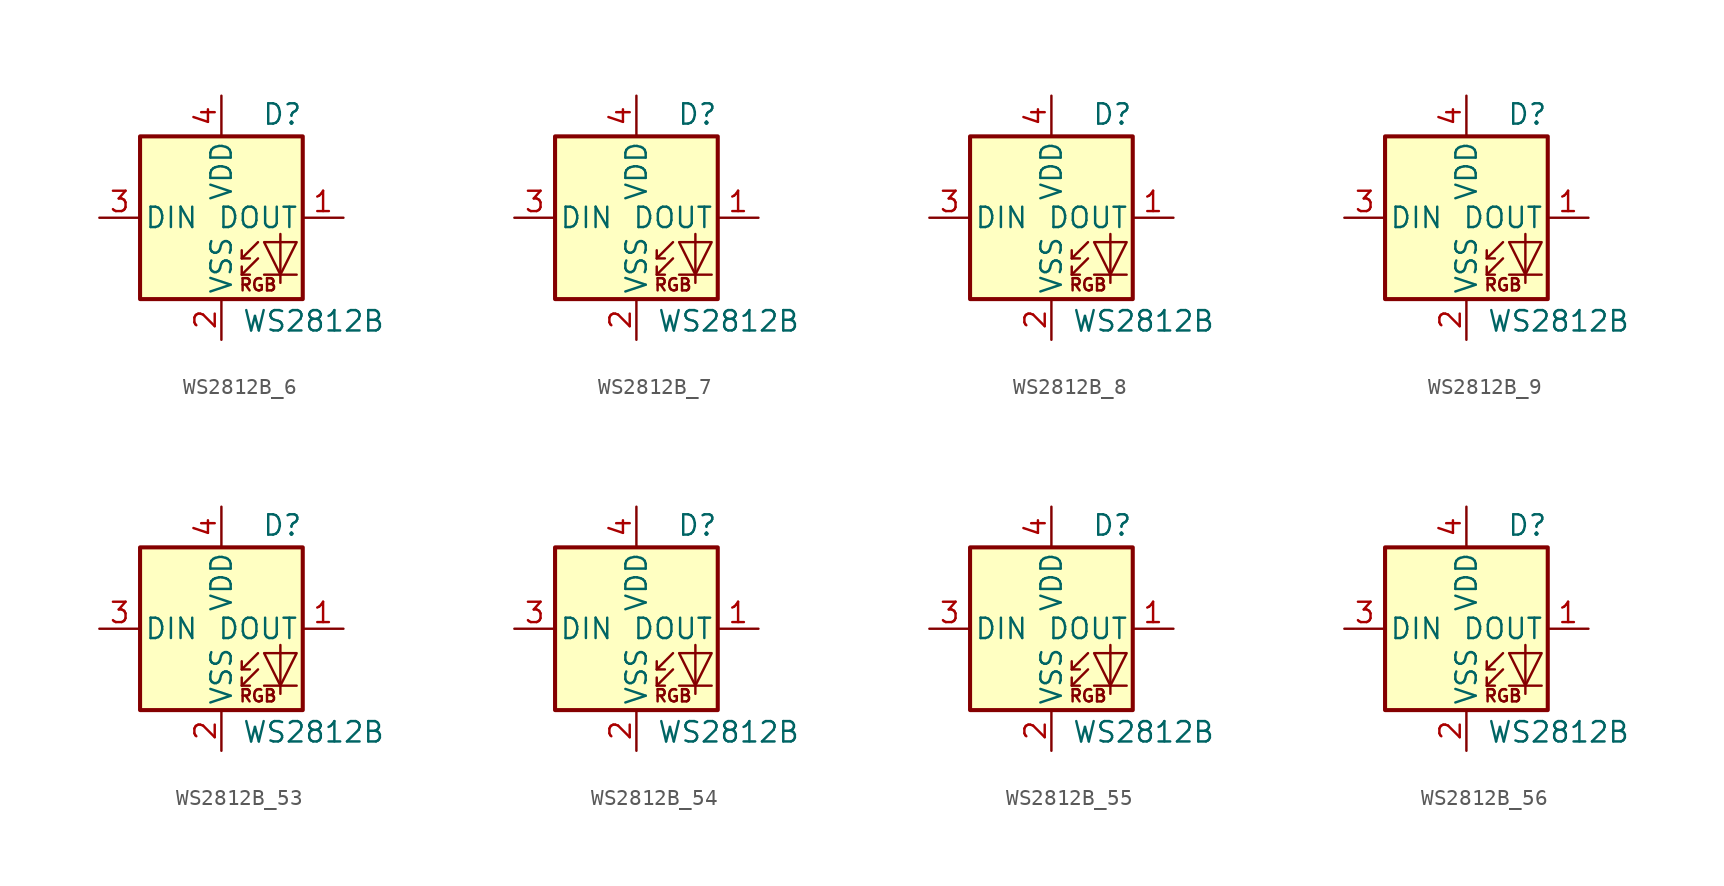
<source format=kicad_sym>
(kicad_symbol_lib
  (version 20220914)
  (generator kicad_symbol_editor)
  (symbol "WS2812B_6"
    (pin_names
      (offset 0.254))
    (property "Reference" "D"
      (at 5.08 5.715 0)
      (effects (font (size 1.27 1.27)) (justify right bottom)))
    (property "Value" "WS2812B"
      (at 1.27 -5.715 0)
      (effects (font (size 1.27 1.27)) (justify left top)))
    (symbol "WS2812B_6_0_0"
      (text "RGB" (at 2.286 -4.191 0) (effects (font (size 0.762 0.762)))))
    (symbol "WS2812B_6_0_1"
      (polyline (pts (xy 1.27 -3.556) (xy 1.778 -3.556)) (stroke (width 0) (type default)) (fill (type none)))
      (polyline (pts (xy 1.27 -2.54) (xy 1.778 -2.54)) (stroke (width 0) (type default)) (fill (type none)))
      (polyline (pts (xy 4.699 -3.556) (xy 2.667 -3.556)) (stroke (width 0) (type default)) (fill (type none)))
      (polyline (pts (xy 2.286 -2.54) (xy 1.27 -3.556) (xy 1.27 -3.048)) (stroke (width 0) (type default)) (fill (type none)))
      (polyline (pts (xy 2.286 -1.524) (xy 1.27 -2.54) (xy 1.27 -2.032)) (stroke (width 0) (type default)) (fill (type none)))
      (polyline (pts (xy 3.683 -1.016) (xy 3.683 -3.556) (xy 3.683 -4.064)) (stroke (width 0) (type default)) (fill (type none)))
      (polyline (pts (xy 4.699 -1.524) (xy 2.667 -1.524) (xy 3.683 -3.556) (xy 4.699 -1.524)) (stroke (width 0) (type default)) (fill (type none)))
      (rectangle (start 5.08 5.08) (end -5.08 -5.08) (stroke (width 0.254) (type default)) (fill (type background))))
    (symbol "WS2812B_6_1_1"
      (pin output line (at 7.62 0 180) (length 2.54) (name "DOUT" (effects (font (size 1.27 1.27)))) (number "1" (effects (font (size 1.27 1.27)))))
      (pin power_in line (at 0 -7.62 90) (length 2.54) (name "VSS" (effects (font (size 1.27 1.27)))) (number "2" (effects (font (size 1.27 1.27)))))
      (pin input line (at -7.62 0 0) (length 2.54) (name "DIN" (effects (font (size 1.27 1.27)))) (number "3" (effects (font (size 1.27 1.27)))))
      (pin power_in line (at 0 7.62 270) (length 2.54) (name "VDD" (effects (font (size 1.27 1.27)))) (number "4" (effects (font (size 1.27 1.27)))))))
  (symbol "WS2812B_7"
    (pin_names
      (offset 0.254))
    (property "Reference" "D"
      (at 5.08 5.715 0)
      (effects (font (size 1.27 1.27)) (justify right bottom)))
    (property "Value" "WS2812B"
      (at 1.27 -5.715 0)
      (effects (font (size 1.27 1.27)) (justify left top)))
    (symbol "WS2812B_7_0_0"
      (text "RGB" (at 2.286 -4.191 0) (effects (font (size 0.762 0.762)))))
    (symbol "WS2812B_7_0_1"
      (polyline (pts (xy 1.27 -3.556) (xy 1.778 -3.556)) (stroke (width 0) (type default)) (fill (type none)))
      (polyline (pts (xy 1.27 -2.54) (xy 1.778 -2.54)) (stroke (width 0) (type default)) (fill (type none)))
      (polyline (pts (xy 4.699 -3.556) (xy 2.667 -3.556)) (stroke (width 0) (type default)) (fill (type none)))
      (polyline (pts (xy 2.286 -2.54) (xy 1.27 -3.556) (xy 1.27 -3.048)) (stroke (width 0) (type default)) (fill (type none)))
      (polyline (pts (xy 2.286 -1.524) (xy 1.27 -2.54) (xy 1.27 -2.032)) (stroke (width 0) (type default)) (fill (type none)))
      (polyline (pts (xy 3.683 -1.016) (xy 3.683 -3.556) (xy 3.683 -4.064)) (stroke (width 0) (type default)) (fill (type none)))
      (polyline (pts (xy 4.699 -1.524) (xy 2.667 -1.524) (xy 3.683 -3.556) (xy 4.699 -1.524)) (stroke (width 0) (type default)) (fill (type none)))
      (rectangle (start 5.08 5.08) (end -5.08 -5.08) (stroke (width 0.254) (type default)) (fill (type background))))
    (symbol "WS2812B_7_1_1"
      (pin output line (at 7.62 0 180) (length 2.54) (name "DOUT" (effects (font (size 1.27 1.27)))) (number "1" (effects (font (size 1.27 1.27)))))
      (pin power_in line (at 0 -7.62 90) (length 2.54) (name "VSS" (effects (font (size 1.27 1.27)))) (number "2" (effects (font (size 1.27 1.27)))))
      (pin input line (at -7.62 0 0) (length 2.54) (name "DIN" (effects (font (size 1.27 1.27)))) (number "3" (effects (font (size 1.27 1.27)))))
      (pin power_in line (at 0 7.62 270) (length 2.54) (name "VDD" (effects (font (size 1.27 1.27)))) (number "4" (effects (font (size 1.27 1.27)))))))
  (symbol "WS2812B_8"
    (pin_names
      (offset 0.254))
    (property "Reference" "D"
      (at 5.08 5.715 0)
      (effects (font (size 1.27 1.27)) (justify right bottom)))
    (property "Value" "WS2812B"
      (at 1.27 -5.715 0)
      (effects (font (size 1.27 1.27)) (justify left top)))
    (symbol "WS2812B_8_0_0"
      (text "RGB" (at 2.286 -4.191 0) (effects (font (size 0.762 0.762)))))
    (symbol "WS2812B_8_0_1"
      (polyline (pts (xy 1.27 -3.556) (xy 1.778 -3.556)) (stroke (width 0) (type default)) (fill (type none)))
      (polyline (pts (xy 1.27 -2.54) (xy 1.778 -2.54)) (stroke (width 0) (type default)) (fill (type none)))
      (polyline (pts (xy 4.699 -3.556) (xy 2.667 -3.556)) (stroke (width 0) (type default)) (fill (type none)))
      (polyline (pts (xy 2.286 -2.54) (xy 1.27 -3.556) (xy 1.27 -3.048)) (stroke (width 0) (type default)) (fill (type none)))
      (polyline (pts (xy 2.286 -1.524) (xy 1.27 -2.54) (xy 1.27 -2.032)) (stroke (width 0) (type default)) (fill (type none)))
      (polyline (pts (xy 3.683 -1.016) (xy 3.683 -3.556) (xy 3.683 -4.064)) (stroke (width 0) (type default)) (fill (type none)))
      (polyline (pts (xy 4.699 -1.524) (xy 2.667 -1.524) (xy 3.683 -3.556) (xy 4.699 -1.524)) (stroke (width 0) (type default)) (fill (type none)))
      (rectangle (start 5.08 5.08) (end -5.08 -5.08) (stroke (width 0.254) (type default)) (fill (type background))))
    (symbol "WS2812B_8_1_1"
      (pin output line (at 7.62 0 180) (length 2.54) (name "DOUT" (effects (font (size 1.27 1.27)))) (number "1" (effects (font (size 1.27 1.27)))))
      (pin power_in line (at 0 -7.62 90) (length 2.54) (name "VSS" (effects (font (size 1.27 1.27)))) (number "2" (effects (font (size 1.27 1.27)))))
      (pin input line (at -7.62 0 0) (length 2.54) (name "DIN" (effects (font (size 1.27 1.27)))) (number "3" (effects (font (size 1.27 1.27)))))
      (pin power_in line (at 0 7.62 270) (length 2.54) (name "VDD" (effects (font (size 1.27 1.27)))) (number "4" (effects (font (size 1.27 1.27)))))))
  (symbol "WS2812B_9"
    (pin_names
      (offset 0.254))
    (property "Reference" "D"
      (at 5.08 5.715 0)
      (effects (font (size 1.27 1.27)) (justify right bottom)))
    (property "Value" "WS2812B"
      (at 1.27 -5.715 0)
      (effects (font (size 1.27 1.27)) (justify left top)))
    (symbol "WS2812B_9_0_0"
      (text "RGB" (at 2.286 -4.191 0) (effects (font (size 0.762 0.762)))))
    (symbol "WS2812B_9_0_1"
      (polyline (pts (xy 1.27 -3.556) (xy 1.778 -3.556)) (stroke (width 0) (type default)) (fill (type none)))
      (polyline (pts (xy 1.27 -2.54) (xy 1.778 -2.54)) (stroke (width 0) (type default)) (fill (type none)))
      (polyline (pts (xy 4.699 -3.556) (xy 2.667 -3.556)) (stroke (width 0) (type default)) (fill (type none)))
      (polyline (pts (xy 2.286 -2.54) (xy 1.27 -3.556) (xy 1.27 -3.048)) (stroke (width 0) (type default)) (fill (type none)))
      (polyline (pts (xy 2.286 -1.524) (xy 1.27 -2.54) (xy 1.27 -2.032)) (stroke (width 0) (type default)) (fill (type none)))
      (polyline (pts (xy 3.683 -1.016) (xy 3.683 -3.556) (xy 3.683 -4.064)) (stroke (width 0) (type default)) (fill (type none)))
      (polyline (pts (xy 4.699 -1.524) (xy 2.667 -1.524) (xy 3.683 -3.556) (xy 4.699 -1.524)) (stroke (width 0) (type default)) (fill (type none)))
      (rectangle (start 5.08 5.08) (end -5.08 -5.08) (stroke (width 0.254) (type default)) (fill (type background))))
    (symbol "WS2812B_9_1_1"
      (pin output line (at 7.62 0 180) (length 2.54) (name "DOUT" (effects (font (size 1.27 1.27)))) (number "1" (effects (font (size 1.27 1.27)))))
      (pin power_in line (at 0 -7.62 90) (length 2.54) (name "VSS" (effects (font (size 1.27 1.27)))) (number "2" (effects (font (size 1.27 1.27)))))
      (pin input line (at -7.62 0 0) (length 2.54) (name "DIN" (effects (font (size 1.27 1.27)))) (number "3" (effects (font (size 1.27 1.27)))))
      (pin power_in line (at 0 7.62 270) (length 2.54) (name "VDD" (effects (font (size 1.27 1.27)))) (number "4" (effects (font (size 1.27 1.27)))))))
  (symbol "WS2812B_53"
    (pin_names
      (offset 0.254))
    (property "Reference" "D"
      (at 5.08 5.715 0)
      (effects (font (size 1.27 1.27)) (justify right bottom)))
    (property "Value" "WS2812B"
      (at 1.27 -5.715 0)
      (effects (font (size 1.27 1.27)) (justify left top)))
    (symbol "WS2812B_53_0_0"
      (text "RGB" (at 2.286 -4.191 0) (effects (font (size 0.762 0.762)))))
    (symbol "WS2812B_53_0_1"
      (polyline (pts (xy 1.27 -3.556) (xy 1.778 -3.556)) (stroke (width 0) (type default)) (fill (type none)))
      (polyline (pts (xy 1.27 -2.54) (xy 1.778 -2.54)) (stroke (width 0) (type default)) (fill (type none)))
      (polyline (pts (xy 4.699 -3.556) (xy 2.667 -3.556)) (stroke (width 0) (type default)) (fill (type none)))
      (polyline (pts (xy 2.286 -2.54) (xy 1.27 -3.556) (xy 1.27 -3.048)) (stroke (width 0) (type default)) (fill (type none)))
      (polyline (pts (xy 2.286 -1.524) (xy 1.27 -2.54) (xy 1.27 -2.032)) (stroke (width 0) (type default)) (fill (type none)))
      (polyline (pts (xy 3.683 -1.016) (xy 3.683 -3.556) (xy 3.683 -4.064)) (stroke (width 0) (type default)) (fill (type none)))
      (polyline (pts (xy 4.699 -1.524) (xy 2.667 -1.524) (xy 3.683 -3.556) (xy 4.699 -1.524)) (stroke (width 0) (type default)) (fill (type none)))
      (rectangle (start 5.08 5.08) (end -5.08 -5.08) (stroke (width 0.254) (type default)) (fill (type background))))
    (symbol "WS2812B_53_1_1"
      (pin output line (at 7.62 0 180) (length 2.54) (name "DOUT" (effects (font (size 1.27 1.27)))) (number "1" (effects (font (size 1.27 1.27)))))
      (pin power_in line (at 0 -7.62 90) (length 2.54) (name "VSS" (effects (font (size 1.27 1.27)))) (number "2" (effects (font (size 1.27 1.27)))))
      (pin input line (at -7.62 0 0) (length 2.54) (name "DIN" (effects (font (size 1.27 1.27)))) (number "3" (effects (font (size 1.27 1.27)))))
      (pin power_in line (at 0 7.62 270) (length 2.54) (name "VDD" (effects (font (size 1.27 1.27)))) (number "4" (effects (font (size 1.27 1.27)))))))
  (symbol "WS2812B_54"
    (pin_names
      (offset 0.254))
    (property "Reference" "D"
      (at 5.08 5.715 0)
      (effects (font (size 1.27 1.27)) (justify right bottom)))
    (property "Value" "WS2812B"
      (at 1.27 -5.715 0)
      (effects (font (size 1.27 1.27)) (justify left top)))
    (symbol "WS2812B_54_0_0"
      (text "RGB" (at 2.286 -4.191 0) (effects (font (size 0.762 0.762)))))
    (symbol "WS2812B_54_0_1"
      (polyline (pts (xy 1.27 -3.556) (xy 1.778 -3.556)) (stroke (width 0) (type default)) (fill (type none)))
      (polyline (pts (xy 1.27 -2.54) (xy 1.778 -2.54)) (stroke (width 0) (type default)) (fill (type none)))
      (polyline (pts (xy 4.699 -3.556) (xy 2.667 -3.556)) (stroke (width 0) (type default)) (fill (type none)))
      (polyline (pts (xy 2.286 -2.54) (xy 1.27 -3.556) (xy 1.27 -3.048)) (stroke (width 0) (type default)) (fill (type none)))
      (polyline (pts (xy 2.286 -1.524) (xy 1.27 -2.54) (xy 1.27 -2.032)) (stroke (width 0) (type default)) (fill (type none)))
      (polyline (pts (xy 3.683 -1.016) (xy 3.683 -3.556) (xy 3.683 -4.064)) (stroke (width 0) (type default)) (fill (type none)))
      (polyline (pts (xy 4.699 -1.524) (xy 2.667 -1.524) (xy 3.683 -3.556) (xy 4.699 -1.524)) (stroke (width 0) (type default)) (fill (type none)))
      (rectangle (start 5.08 5.08) (end -5.08 -5.08) (stroke (width 0.254) (type default)) (fill (type background))))
    (symbol "WS2812B_54_1_1"
      (pin output line (at 7.62 0 180) (length 2.54) (name "DOUT" (effects (font (size 1.27 1.27)))) (number "1" (effects (font (size 1.27 1.27)))))
      (pin power_in line (at 0 -7.62 90) (length 2.54) (name "VSS" (effects (font (size 1.27 1.27)))) (number "2" (effects (font (size 1.27 1.27)))))
      (pin input line (at -7.62 0 0) (length 2.54) (name "DIN" (effects (font (size 1.27 1.27)))) (number "3" (effects (font (size 1.27 1.27)))))
      (pin power_in line (at 0 7.62 270) (length 2.54) (name "VDD" (effects (font (size 1.27 1.27)))) (number "4" (effects (font (size 1.27 1.27)))))))
  (symbol "WS2812B_55"
    (pin_names
      (offset 0.254))
    (property "Reference" "D"
      (at 5.08 5.715 0)
      (effects (font (size 1.27 1.27)) (justify right bottom)))
    (property "Value" "WS2812B"
      (at 1.27 -5.715 0)
      (effects (font (size 1.27 1.27)) (justify left top)))
    (symbol "WS2812B_55_0_0"
      (text "RGB" (at 2.286 -4.191 0) (effects (font (size 0.762 0.762)))))
    (symbol "WS2812B_55_0_1"
      (polyline (pts (xy 1.27 -3.556) (xy 1.778 -3.556)) (stroke (width 0) (type default)) (fill (type none)))
      (polyline (pts (xy 1.27 -2.54) (xy 1.778 -2.54)) (stroke (width 0) (type default)) (fill (type none)))
      (polyline (pts (xy 4.699 -3.556) (xy 2.667 -3.556)) (stroke (width 0) (type default)) (fill (type none)))
      (polyline (pts (xy 2.286 -2.54) (xy 1.27 -3.556) (xy 1.27 -3.048)) (stroke (width 0) (type default)) (fill (type none)))
      (polyline (pts (xy 2.286 -1.524) (xy 1.27 -2.54) (xy 1.27 -2.032)) (stroke (width 0) (type default)) (fill (type none)))
      (polyline (pts (xy 3.683 -1.016) (xy 3.683 -3.556) (xy 3.683 -4.064)) (stroke (width 0) (type default)) (fill (type none)))
      (polyline (pts (xy 4.699 -1.524) (xy 2.667 -1.524) (xy 3.683 -3.556) (xy 4.699 -1.524)) (stroke (width 0) (type default)) (fill (type none)))
      (rectangle (start 5.08 5.08) (end -5.08 -5.08) (stroke (width 0.254) (type default)) (fill (type background))))
    (symbol "WS2812B_55_1_1"
      (pin output line (at 7.62 0 180) (length 2.54) (name "DOUT" (effects (font (size 1.27 1.27)))) (number "1" (effects (font (size 1.27 1.27)))))
      (pin power_in line (at 0 -7.62 90) (length 2.54) (name "VSS" (effects (font (size 1.27 1.27)))) (number "2" (effects (font (size 1.27 1.27)))))
      (pin input line (at -7.62 0 0) (length 2.54) (name "DIN" (effects (font (size 1.27 1.27)))) (number "3" (effects (font (size 1.27 1.27)))))
      (pin power_in line (at 0 7.62 270) (length 2.54) (name "VDD" (effects (font (size 1.27 1.27)))) (number "4" (effects (font (size 1.27 1.27)))))))
  (symbol "WS2812B_56"
    (pin_names
      (offset 0.254))
    (property "Reference" "D"
      (at 5.08 5.715 0)
      (effects (font (size 1.27 1.27)) (justify right bottom)))
    (property "Value" "WS2812B"
      (at 1.27 -5.715 0)
      (effects (font (size 1.27 1.27)) (justify left top)))
    (symbol "WS2812B_56_0_0"
      (text "RGB" (at 2.286 -4.191 0) (effects (font (size 0.762 0.762)))))
    (symbol "WS2812B_56_0_1"
      (polyline (pts (xy 1.27 -3.556) (xy 1.778 -3.556)) (stroke (width 0) (type default)) (fill (type none)))
      (polyline (pts (xy 1.27 -2.54) (xy 1.778 -2.54)) (stroke (width 0) (type default)) (fill (type none)))
      (polyline (pts (xy 4.699 -3.556) (xy 2.667 -3.556)) (stroke (width 0) (type default)) (fill (type none)))
      (polyline (pts (xy 2.286 -2.54) (xy 1.27 -3.556) (xy 1.27 -3.048)) (stroke (width 0) (type default)) (fill (type none)))
      (polyline (pts (xy 2.286 -1.524) (xy 1.27 -2.54) (xy 1.27 -2.032)) (stroke (width 0) (type default)) (fill (type none)))
      (polyline (pts (xy 3.683 -1.016) (xy 3.683 -3.556) (xy 3.683 -4.064)) (stroke (width 0) (type default)) (fill (type none)))
      (polyline (pts (xy 4.699 -1.524) (xy 2.667 -1.524) (xy 3.683 -3.556) (xy 4.699 -1.524)) (stroke (width 0) (type default)) (fill (type none)))
      (rectangle (start 5.08 5.08) (end -5.08 -5.08) (stroke (width 0.254) (type default)) (fill (type background))))
    (symbol "WS2812B_56_1_1"
      (pin output line (at 7.62 0 180) (length 2.54) (name "DOUT" (effects (font (size 1.27 1.27)))) (number "1" (effects (font (size 1.27 1.27)))))
      (pin power_in line (at 0 -7.62 90) (length 2.54) (name "VSS" (effects (font (size 1.27 1.27)))) (number "2" (effects (font (size 1.27 1.27)))))
      (pin input line (at -7.62 0 0) (length 2.54) (name "DIN" (effects (font (size 1.27 1.27)))) (number "3" (effects (font (size 1.27 1.27)))))
      (pin power_in line (at 0 7.62 270) (length 2.54) (name "VDD" (effects (font (size 1.27 1.27)))) (number "4" (effects (font (size 1.27 1.27))))))))
</source>
